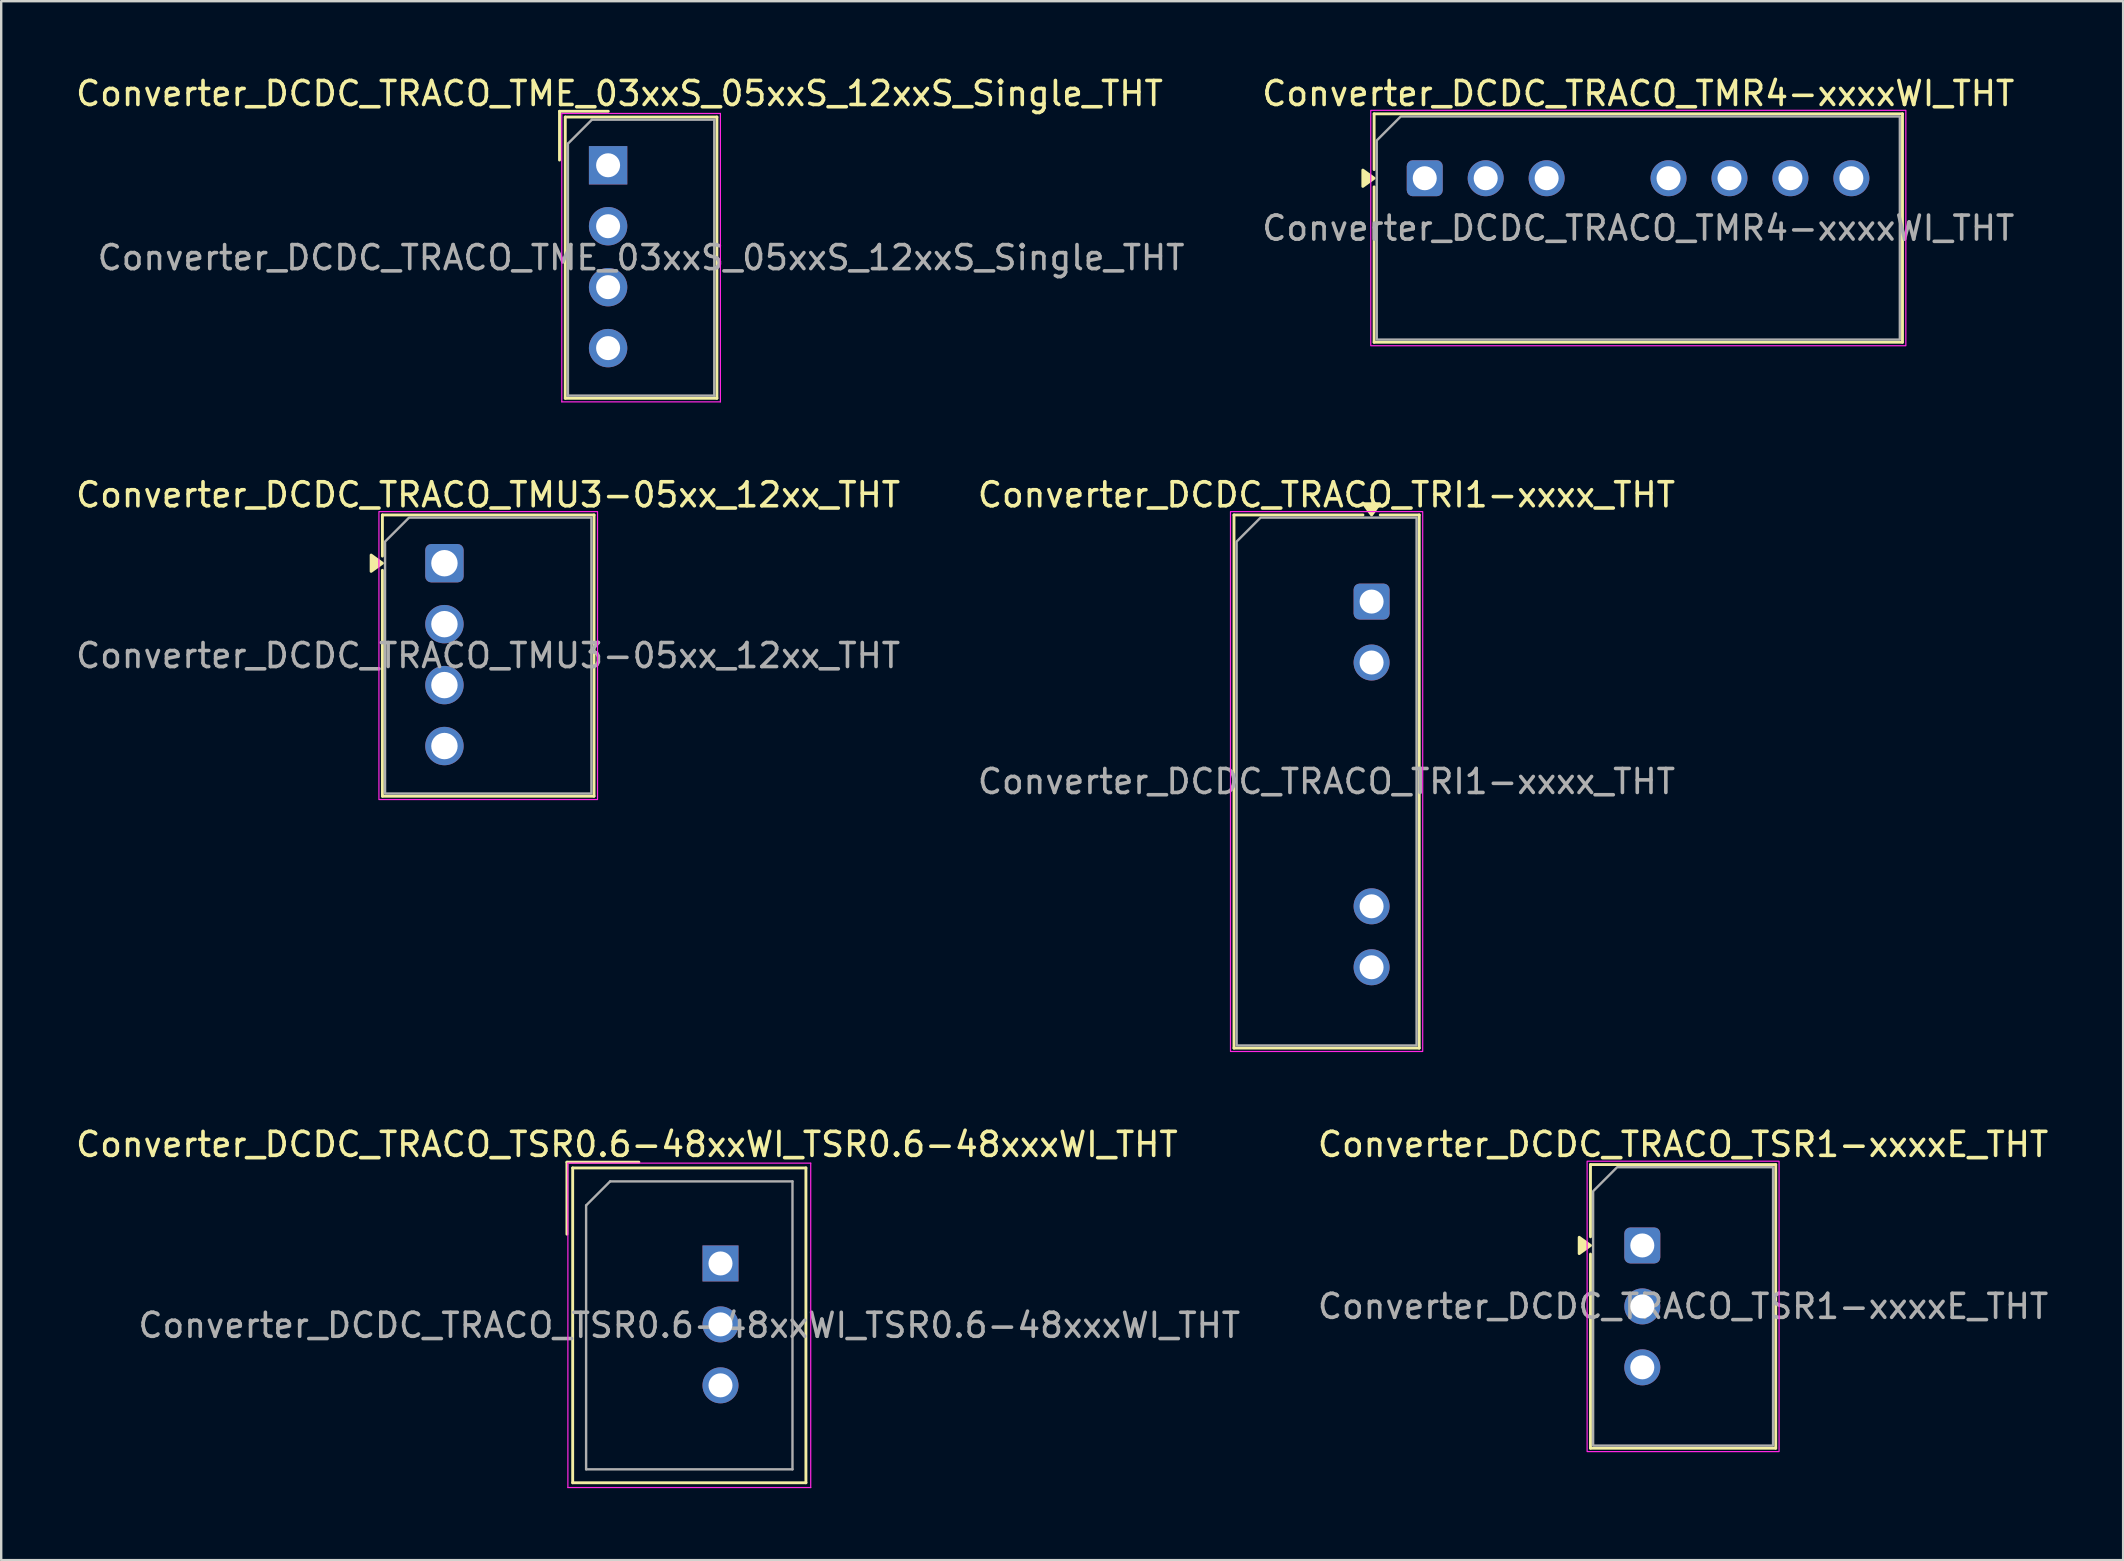
<source format=kicad_pcb>
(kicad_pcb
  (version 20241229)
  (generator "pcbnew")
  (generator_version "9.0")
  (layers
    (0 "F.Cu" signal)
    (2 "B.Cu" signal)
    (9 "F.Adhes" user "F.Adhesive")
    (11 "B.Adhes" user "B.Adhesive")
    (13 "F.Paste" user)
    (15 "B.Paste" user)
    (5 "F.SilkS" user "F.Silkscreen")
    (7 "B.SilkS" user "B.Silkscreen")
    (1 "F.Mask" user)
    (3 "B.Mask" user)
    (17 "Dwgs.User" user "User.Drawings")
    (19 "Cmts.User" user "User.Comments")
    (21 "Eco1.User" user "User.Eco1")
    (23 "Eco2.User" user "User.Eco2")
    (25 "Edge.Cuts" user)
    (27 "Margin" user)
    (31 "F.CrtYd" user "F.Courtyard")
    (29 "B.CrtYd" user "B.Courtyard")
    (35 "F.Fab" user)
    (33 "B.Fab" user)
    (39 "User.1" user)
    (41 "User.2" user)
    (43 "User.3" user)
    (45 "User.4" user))
  (footprint "Converter_DCDC_TRACO_TRI1-xxxx_THT"
    (layer "F.Cu")
    (at 54.112 22.021)
    (property "Reference" "Converter_DCDC_TRACO_TRI1-xxxx_THT" (at -1.88 -4.45 0) (layer "F.SilkS") (effects (font (size 1 1) (thickness 0.15))))
    (attr through_hole)
    (fp_line (start -5.735 -3.61) (end -0.36 -3.61) (stroke (width 0.12) (type solid)) (layer "F.SilkS"))
    (fp_line (start -5.735 18.61) (end -5.735 -3.61) (stroke (width 0.12) (type solid)) (layer "F.SilkS"))
    (fp_line (start 0.36 -3.61) (end 1.985 -3.61) (stroke (width 0.12) (type solid)) (layer "F.SilkS"))
    (fp_line (start 1.985 -3.61) (end 1.985 18.61) (stroke (width 0.12) (type solid)) (layer "F.SilkS"))
    (fp_line (start 1.985 18.61) (end -5.735 18.61) (stroke (width 0.12) (type solid)) (layer "F.SilkS"))
    (fp_poly (pts (xy 0 -3.61) (xy -0.34 -4.08) (xy 0.34 -4.08)) (stroke (width 0.12) (type solid)) (fill yes) (layer "F.SilkS"))
    (fp_rect (start -5.88 -3.75) (end 2.13 18.75) (stroke (width 0.05) (type solid)) (fill no) (layer "F.CrtYd"))
    (fp_poly (pts (xy -5.625 -2.5) (xy -5.625 18.5) (xy 1.875 18.5) (xy 1.875 -3.5) (xy -4.625 -3.5)) (stroke (width 0.1) (type solid)) (fill no) (layer "F.Fab"))
    (fp_text user "${REFERENCE}" (at -1.88 7.5 0) (layer "F.Fab") (effects (font (size 1 1) (thickness 0.15))))
    (pad "1" thru_hole roundrect (at 0 0) (size 1.5 1.5) (drill 1) (layers "*.Cu" "*.Mask") (roundrect_rratio 0.167))
    (pad "2" thru_hole circle (at 0 2.54) (size 1.5 1.5) (drill 1) (layers "*.Cu" "*.Mask"))
    (pad "6" thru_hole circle (at 0 12.7) (size 1.5 1.5) (drill 1) (layers "*.Cu" "*.Mask"))
    (pad "7" thru_hole circle (at 0 15.24) (size 1.5 1.5) (drill 1) (layers "*.Cu" "*.Mask")))
  (footprint "Converter_DCDC_TRACO_TSR0.6-48xxWI_TSR0.6-48xxxWI_THT"
    (layer "F.Cu")
    (at 26.977 49.605)
    (property "Reference" "Converter_DCDC_TRACO_TSR0.6-48xxWI_TSR0.6-48xxxWI_THT" (at -3.9 -4.96 0) (layer "F.SilkS") (effects (font (size 1 1) (thickness 0.15))))
    (attr through_hole)
    (fp_line (start -6.4 -4.22) (end -3.4 -4.22) (stroke (width 0.12) (type solid)) (layer "F.SilkS"))
    (fp_line (start -6.4 -1.22) (end -6.4 -4.22) (stroke (width 0.12) (type solid)) (layer "F.SilkS"))
    (fp_line (start -6.16 -3.98) (end -6.16 9.14) (stroke (width 0.12) (type solid)) (layer "F.SilkS"))
    (fp_line (start -6.16 -3.98) (end 3.56 -3.98) (stroke (width 0.12) (type solid)) (layer "F.SilkS"))
    (fp_line (start -6.16 9.14) (end 3.56 9.14) (stroke (width 0.12) (type solid)) (layer "F.SilkS"))
    (fp_line (start 3.56 -3.98) (end 3.56 9.14) (stroke (width 0.12) (type solid)) (layer "F.SilkS"))
    (fp_line (start -6.36 -4.18) (end -6.36 9.34) (stroke (width 0.05) (type solid)) (layer "F.CrtYd"))
    (fp_line (start -6.36 9.34) (end 3.76 9.34) (stroke (width 0.05) (type solid)) (layer "F.CrtYd"))
    (fp_line (start 3.76 -4.18) (end -6.36 -4.18) (stroke (width 0.05) (type solid)) (layer "F.CrtYd"))
    (fp_line (start 3.76 9.34) (end 3.76 -4.18) (stroke (width 0.05) (type solid)) (layer "F.CrtYd"))
    (fp_line (start -5.6 -2.42) (end -4.6 -3.42) (stroke (width 0.1) (type solid)) (layer "F.Fab"))
    (fp_line (start -5.6 8.58) (end -5.6 -2.42) (stroke (width 0.1) (type solid)) (layer "F.Fab"))
    (fp_line (start -4.6 -3.42) (end 3 -3.42) (stroke (width 0.1) (type solid)) (layer "F.Fab"))
    (fp_line (start 3 -3.42) (end 3 8.58) (stroke (width 0.1) (type solid)) (layer "F.Fab"))
    (fp_line (start 3 8.58) (end -5.6 8.58) (stroke (width 0.1) (type solid)) (layer "F.Fab"))
    (fp_text user "${REFERENCE}" (at -1.3 2.58 0) (layer "F.Fab") (effects (font (size 1 1) (thickness 0.15))))
    (pad "1" thru_hole rect (at 0 0) (size 1.5 1.5) (drill 1) (layers "*.Cu" "*.Mask"))
    (pad "2" thru_hole circle (at 0 2.54) (size 1.5 1.5) (drill 1) (layers "*.Cu" "*.Mask"))
    (pad "3" thru_hole circle (at 0 5.08) (size 1.5 1.5) (drill 1) (layers "*.Cu" "*.Mask")))
  (footprint "Converter_DCDC_TRACO_TME_03xxS_05xxS_12xxS_Single_THT"
    (layer "F.Cu")
    (at 22.293 3.838)
    (property "Reference" "Converter_DCDC_TRACO_TME_03xxS_05xxS_12xxS_Single_THT" (at 0.475 -2.99 0) (layer "F.SilkS") (effects (font (size 1 1) (thickness 0.15))))
    (attr through_hole)
    (fp_line (start -2.025 -2.25) (end 0.008 -2.25) (stroke (width 0.12) (type solid)) (layer "F.SilkS"))
    (fp_line (start -2.025 -0.217) (end -2.025 -2.25) (stroke (width 0.12) (type solid)) (layer "F.SilkS"))
    (fp_line (start -1.785 -2.01) (end -1.785 9.71) (stroke (width 0.12) (type solid)) (layer "F.SilkS"))
    (fp_line (start -1.785 -2.01) (end 4.535 -2.01) (stroke (width 0.12) (type solid)) (layer "F.SilkS"))
    (fp_line (start -1.785 9.71) (end 4.535 9.71) (stroke (width 0.12) (type solid)) (layer "F.SilkS"))
    (fp_line (start 4.535 -2.01) (end 4.535 9.71) (stroke (width 0.12) (type solid)) (layer "F.SilkS"))
    (fp_line (start -1.93 -2.16) (end -1.93 9.86) (stroke (width 0.05) (type solid)) (layer "F.CrtYd"))
    (fp_line (start -1.93 9.86) (end 4.68 9.86) (stroke (width 0.05) (type solid)) (layer "F.CrtYd"))
    (fp_line (start 4.68 -2.16) (end -1.93 -2.16) (stroke (width 0.05) (type solid)) (layer "F.CrtYd"))
    (fp_line (start 4.68 9.86) (end 4.68 -2.16) (stroke (width 0.05) (type solid)) (layer "F.CrtYd"))
    (fp_line (start -1.675 -0.9) (end -0.675 -1.9) (stroke (width 0.1) (type solid)) (layer "F.Fab"))
    (fp_line (start -1.675 9.6) (end -1.675 -0.9) (stroke (width 0.1) (type solid)) (layer "F.Fab"))
    (fp_line (start -0.675 -1.9) (end 4.425 -1.9) (stroke (width 0.1) (type solid)) (layer "F.Fab"))
    (fp_line (start 4.425 -1.9) (end 4.425 9.6) (stroke (width 0.1) (type solid)) (layer "F.Fab"))
    (fp_line (start 4.425 9.6) (end -1.675 9.6) (stroke (width 0.1) (type solid)) (layer "F.Fab"))
    (fp_text user "${REFERENCE}" (at 1.375 3.85 0) (layer "F.Fab") (effects (font (size 1 1) (thickness 0.15))))
    (pad "1" thru_hole rect (at 0 0) (size 1.6 1.6) (drill 1) (layers "*.Cu" "*.Mask"))
    (pad "2" thru_hole circle (at 0 2.54) (size 1.6 1.6) (drill 1) (layers "*.Cu" "*.Mask"))
    (pad "3" thru_hole circle (at 0 5.08) (size 1.6 1.6) (drill 1) (layers "*.Cu" "*.Mask"))
    (pad "4" thru_hole circle (at 0 7.62) (size 1.6 1.6) (drill 1) (layers "*.Cu" "*.Mask")))
  (footprint "Converter_DCDC_TRACO_TMR4-xxxxWI_THT"
    (layer "F.Cu")
    (at 56.327 4.378)
    (property "Reference" "Converter_DCDC_TRACO_TMR4-xxxxWI_THT" (at 8.9 -3.53 0) (layer "F.SilkS") (effects (font (size 1 1) (thickness 0.15))))
    (attr through_hole)
    (fp_line (start -2.11 -2.685) (end 19.91 -2.685) (stroke (width 0.12) (type solid)) (layer "F.SilkS"))
    (fp_line (start -2.11 -0.36) (end -2.11 -2.685) (stroke (width 0.12) (type solid)) (layer "F.SilkS"))
    (fp_line (start -2.11 6.835) (end -2.11 0.36) (stroke (width 0.12) (type solid)) (layer "F.SilkS"))
    (fp_line (start 19.91 -2.685) (end 19.91 6.835) (stroke (width 0.12) (type solid)) (layer "F.SilkS"))
    (fp_line (start 19.91 6.835) (end -2.11 6.835) (stroke (width 0.12) (type solid)) (layer "F.SilkS"))
    (fp_poly (pts (xy -2.11 0) (xy -2.58 0.34) (xy -2.58 -0.34)) (stroke (width 0.12) (type solid)) (fill yes) (layer "F.SilkS"))
    (fp_rect (start -2.25 -2.83) (end 20.05 6.98) (stroke (width 0.05) (type solid)) (fill no) (layer "F.CrtYd"))
    (fp_poly (pts (xy -2 -1.575) (xy -2 6.725) (xy 19.8 6.725) (xy 19.8 -2.575) (xy -1 -2.575)) (stroke (width 0.1) (type solid)) (fill no) (layer "F.Fab"))
    (fp_text user "${REFERENCE}" (at 8.9 2.08 0) (layer "F.Fab") (effects (font (size 1 1) (thickness 0.15))))
    (pad "1" thru_hole roundrect (at 0 0) (size 1.5 1.5) (drill 1) (layers "*.Cu" "*.Mask") (roundrect_rratio 0.167))
    (pad "2" thru_hole circle (at 2.54 0) (size 1.5 1.5) (drill 1) (layers "*.Cu" "*.Mask"))
    (pad "3" thru_hole circle (at 5.08 0) (size 1.5 1.5) (drill 1) (layers "*.Cu" "*.Mask"))
    (pad "5" thru_hole circle (at 10.16 0) (size 1.5 1.5) (drill 1) (layers "*.Cu" "*.Mask"))
    (pad "6" thru_hole circle (at 12.7 0) (size 1.5 1.5) (drill 1) (layers "*.Cu" "*.Mask"))
    (pad "7" thru_hole circle (at 15.24 0) (size 1.5 1.5) (drill 1) (layers "*.Cu" "*.Mask"))
    (pad "8" thru_hole circle (at 17.78 0) (size 1.5 1.5) (drill 1) (layers "*.Cu" "*.Mask")))
  (footprint "Converter_DCDC_TRACO_TMU3-05xx_12xx_THT"
    (layer "F.Cu")
    (at 15.472 20.422)
    (property "Reference" "Converter_DCDC_TRACO_TMU3-05xx_12xx_THT" (at 1.82 -2.85 0) (layer "F.SilkS") (effects (font (size 1 1) (thickness 0.15))))
    (attr through_hole)
    (fp_line (start -2.585 -2.01) (end 6.235 -2.01) (stroke (width 0.12) (type solid)) (layer "F.SilkS"))
    (fp_line (start -2.585 -0.296) (end -2.585 -2.01) (stroke (width 0.12) (type solid)) (layer "F.SilkS"))
    (fp_line (start -2.585 9.71) (end -2.585 0.296) (stroke (width 0.12) (type solid)) (layer "F.SilkS"))
    (fp_line (start 6.235 -2.01) (end 6.235 9.71) (stroke (width 0.12) (type solid)) (layer "F.SilkS"))
    (fp_line (start 6.235 9.71) (end -2.585 9.71) (stroke (width 0.12) (type solid)) (layer "F.SilkS"))
    (fp_poly (pts (xy -2.585 0) (xy -3.055 0.34) (xy -3.055 -0.34)) (stroke (width 0.12) (type solid)) (fill yes) (layer "F.SilkS"))
    (fp_rect (start -2.73 -2.15) (end 6.38 9.85) (stroke (width 0.05) (type solid)) (fill no) (layer "F.CrtYd"))
    (fp_poly (pts (xy -2.475 -0.9) (xy -2.475 9.6) (xy 6.125 9.6) (xy 6.125 -1.9) (xy -1.475 -1.9)) (stroke (width 0.1) (type solid)) (fill no) (layer "F.Fab"))
    (fp_text user "${REFERENCE}" (at 1.82 3.85 0) (layer "F.Fab") (effects (font (size 1 1) (thickness 0.15))))
    (pad "1" thru_hole roundrect (at 0 0) (size 1.6 1.6) (drill 1.1) (layers "*.Cu" "*.Mask") (roundrect_rratio 0.156))
    (pad "2" thru_hole circle (at 0 2.54) (size 1.6 1.6) (drill 1.1) (layers "*.Cu" "*.Mask"))
    (pad "3" thru_hole circle (at 0 5.08) (size 1.6 1.6) (drill 1.1) (layers "*.Cu" "*.Mask"))
    (pad "4" thru_hole circle (at 0 7.62) (size 1.6 1.6) (drill 1.1) (layers "*.Cu" "*.Mask")))
  (footprint "Converter_DCDC_TRACO_TSR1-xxxxE_THT"
    (layer "F.Cu")
    (at 65.394 48.855)
    (property "Reference" "Converter_DCDC_TRACO_TSR1-xxxxE_THT" (at 1.7 -4.21 0) (layer "F.SilkS") (effects (font (size 1 1) (thickness 0.15))))
    (attr through_hole)
    (fp_line (start -2.16 -3.37) (end 5.56 -3.37) (stroke (width 0.12) (type solid)) (layer "F.SilkS"))
    (fp_line (start -2.16 -0.36) (end -2.16 -3.37) (stroke (width 0.12) (type solid)) (layer "F.SilkS"))
    (fp_line (start -2.16 8.45) (end -2.16 0.36) (stroke (width 0.12) (type solid)) (layer "F.SilkS"))
    (fp_line (start 5.56 -3.37) (end 5.56 8.45) (stroke (width 0.12) (type solid)) (layer "F.SilkS"))
    (fp_line (start 5.56 8.45) (end -2.16 8.45) (stroke (width 0.12) (type solid)) (layer "F.SilkS"))
    (fp_poly (pts (xy -2.16 0) (xy -2.63 0.34) (xy -2.63 -0.34)) (stroke (width 0.12) (type solid)) (fill yes) (layer "F.SilkS"))
    (fp_rect (start -2.3 -3.51) (end 5.7 8.59) (stroke (width 0.05) (type solid)) (fill no) (layer "F.CrtYd"))
    (fp_poly (pts (xy -2.05 -2.26) (xy -2.05 8.34) (xy 5.45 8.34) (xy 5.45 -3.26) (xy -1.05 -3.26)) (stroke (width 0.1) (type solid)) (fill no) (layer "F.Fab"))
    (fp_text user "${REFERENCE}" (at 1.7 2.54 0) (layer "F.Fab") (effects (font (size 1 1) (thickness 0.15))))
    (pad "1" thru_hole roundrect (at 0 0) (size 1.5 1.5) (drill 1) (layers "*.Cu" "*.Mask") (roundrect_rratio 0.167))
    (pad "2" thru_hole circle (at 0 2.54) (size 1.5 1.5) (drill 1) (layers "*.Cu" "*.Mask"))
    (pad "3" thru_hole circle (at 0 5.08) (size 1.5 1.5) (drill 1) (layers "*.Cu" "*.Mask")))
  (gr_rect
    (start -3 -3)
    (end 85.433 61.97)
    (stroke (width 0.1) (type default))
    (fill no)
    (layer "Edge.Cuts")))
</source>
